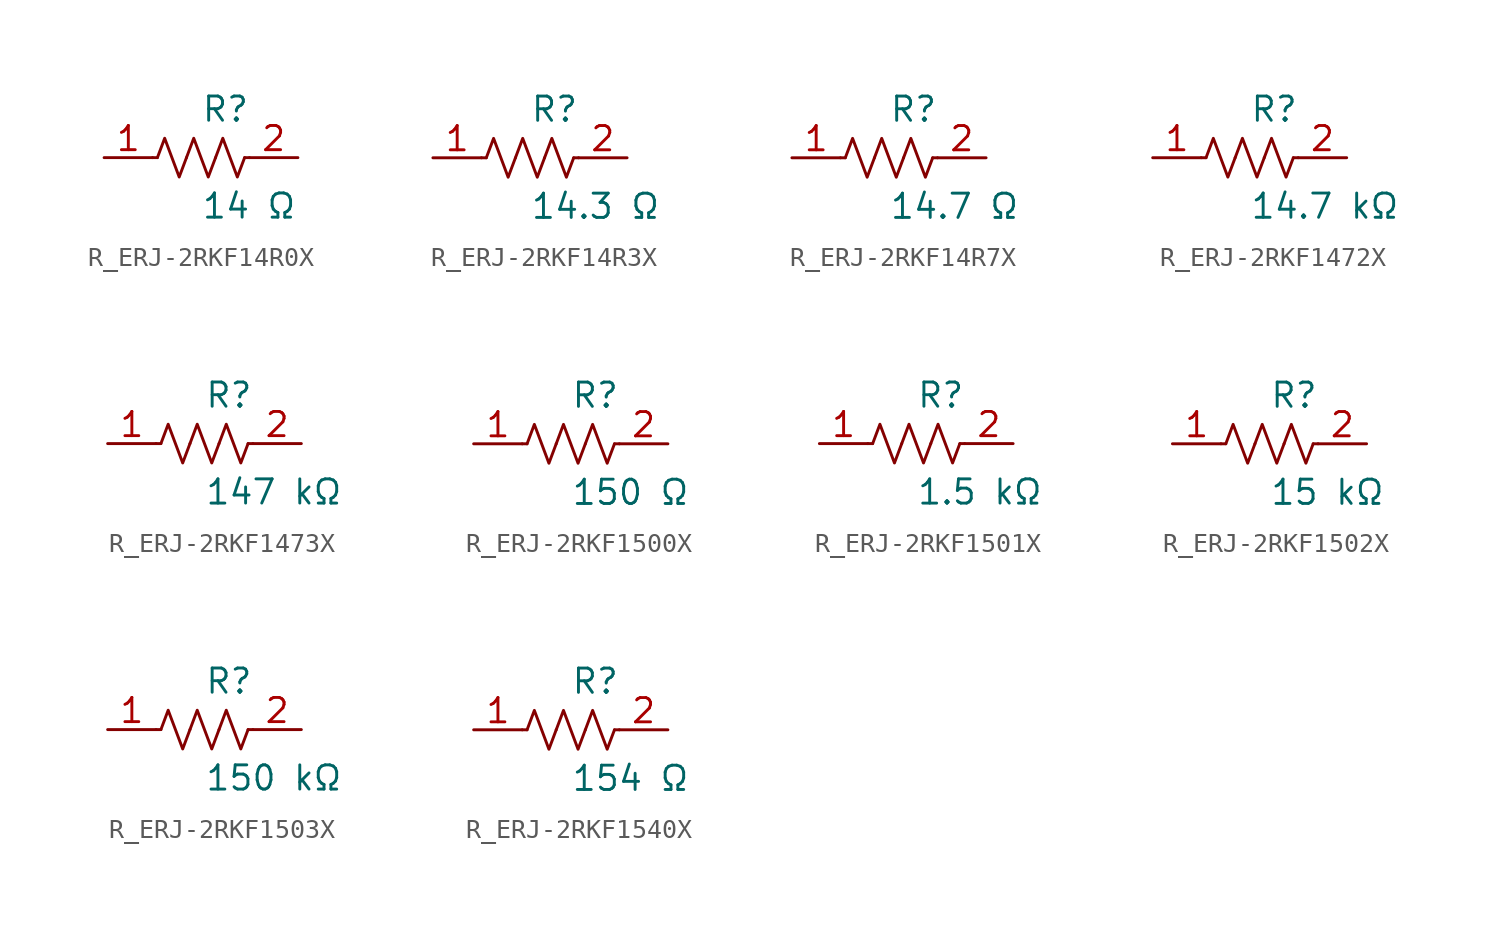
<source format=kicad_sym>
(kicad_symbol_lib
  (version 20231120)
  (generator kicad_symbol_editor)
  (generator_version 8.0)
  (symbol "R_ERJ-2RKF14R0X"
    (pin_names
      (offset 0.254))
    (property "Reference" "R"
      (at 0 2.54 0)
      (effects (font (size 1.27 1.27)) (justify left)))
    (property "Value" "14 Ω"
      (at 0 -2.54 0)
      (effects (font (size 1.27 1.27)) (justify left)))
    (symbol "R_ERJ-2RKF14R0X_0_1"
      (polyline (pts (xy 2.286 0) (xy 2.54 0)) (stroke (width 0) (type default)) (fill (type none)))
      (polyline (pts (xy -2.286 0) (xy -2.54 0)) (stroke (width 0) (type default)) (fill (type none)))
      (polyline (pts (xy 0.762 0) (xy 1.143 1.016) (xy 1.524 0) (xy 1.905 -1.016) (xy 2.286 0)) (stroke (width 0) (type default)) (fill (type none)))
      (polyline (pts (xy -0.762 0) (xy -0.381 1.016) (xy 0 0) (xy 0.381 -1.016) (xy 0.762 0)) (stroke (width 0) (type default)) (fill (type none)))
      (polyline (pts (xy -2.286 0) (xy -1.905 1.016) (xy -1.524 0) (xy -1.143 -1.016) (xy -0.762 0)) (stroke (width 0) (type default)) (fill (type none))))
    (pin passive line
      (at -5.08 0 0)
      (length 2.54)
      (name "" (effects (font (size 1.27 1.27))))
      (number "1" (effects (font (size 1.27 1.27)))))
    (pin passive line
      (at 5.08 0 180)
      (length 2.54)
      (name "" (effects (font (size 1.27 1.27))))
      (number "2" (effects (font (size 1.27 1.27))))))
  (symbol "R_ERJ-2RKF14R3X"
    (pin_names
      (offset 0.254))
    (property "Reference" "R"
      (at 0 2.54 0)
      (effects (font (size 1.27 1.27)) (justify left)))
    (property "Value" "14.3 Ω"
      (at 0 -2.54 0)
      (effects (font (size 1.27 1.27)) (justify left)))
    (symbol "R_ERJ-2RKF14R3X_0_1"
      (polyline (pts (xy 2.286 0) (xy 2.54 0)) (stroke (width 0) (type default)) (fill (type none)))
      (polyline (pts (xy -2.286 0) (xy -2.54 0)) (stroke (width 0) (type default)) (fill (type none)))
      (polyline (pts (xy 0.762 0) (xy 1.143 1.016) (xy 1.524 0) (xy 1.905 -1.016) (xy 2.286 0)) (stroke (width 0) (type default)) (fill (type none)))
      (polyline (pts (xy -0.762 0) (xy -0.381 1.016) (xy 0 0) (xy 0.381 -1.016) (xy 0.762 0)) (stroke (width 0) (type default)) (fill (type none)))
      (polyline (pts (xy -2.286 0) (xy -1.905 1.016) (xy -1.524 0) (xy -1.143 -1.016) (xy -0.762 0)) (stroke (width 0) (type default)) (fill (type none))))
    (pin passive line
      (at -5.08 0 0)
      (length 2.54)
      (name "" (effects (font (size 1.27 1.27))))
      (number "1" (effects (font (size 1.27 1.27)))))
    (pin passive line
      (at 5.08 0 180)
      (length 2.54)
      (name "" (effects (font (size 1.27 1.27))))
      (number "2" (effects (font (size 1.27 1.27))))))
  (symbol "R_ERJ-2RKF14R7X"
    (pin_names
      (offset 0.254))
    (property "Reference" "R"
      (at 0 2.54 0)
      (effects (font (size 1.27 1.27)) (justify left)))
    (property "Value" "14.7 Ω"
      (at 0 -2.54 0)
      (effects (font (size 1.27 1.27)) (justify left)))
    (symbol "R_ERJ-2RKF14R7X_0_1"
      (polyline (pts (xy 2.286 0) (xy 2.54 0)) (stroke (width 0) (type default)) (fill (type none)))
      (polyline (pts (xy -2.286 0) (xy -2.54 0)) (stroke (width 0) (type default)) (fill (type none)))
      (polyline (pts (xy 0.762 0) (xy 1.143 1.016) (xy 1.524 0) (xy 1.905 -1.016) (xy 2.286 0)) (stroke (width 0) (type default)) (fill (type none)))
      (polyline (pts (xy -0.762 0) (xy -0.381 1.016) (xy 0 0) (xy 0.381 -1.016) (xy 0.762 0)) (stroke (width 0) (type default)) (fill (type none)))
      (polyline (pts (xy -2.286 0) (xy -1.905 1.016) (xy -1.524 0) (xy -1.143 -1.016) (xy -0.762 0)) (stroke (width 0) (type default)) (fill (type none))))
    (pin passive line
      (at -5.08 0 0)
      (length 2.54)
      (name "" (effects (font (size 1.27 1.27))))
      (number "1" (effects (font (size 1.27 1.27)))))
    (pin passive line
      (at 5.08 0 180)
      (length 2.54)
      (name "" (effects (font (size 1.27 1.27))))
      (number "2" (effects (font (size 1.27 1.27))))))
  (symbol "R_ERJ-2RKF1472X"
    (pin_names
      (offset 0.254))
    (property "Reference" "R"
      (at 0 2.54 0)
      (effects (font (size 1.27 1.27)) (justify left)))
    (property "Value" "14.7 kΩ"
      (at 0 -2.54 0)
      (effects (font (size 1.27 1.27)) (justify left)))
    (symbol "R_ERJ-2RKF1472X_0_1"
      (polyline (pts (xy 2.286 0) (xy 2.54 0)) (stroke (width 0) (type default)) (fill (type none)))
      (polyline (pts (xy -2.286 0) (xy -2.54 0)) (stroke (width 0) (type default)) (fill (type none)))
      (polyline (pts (xy 0.762 0) (xy 1.143 1.016) (xy 1.524 0) (xy 1.905 -1.016) (xy 2.286 0)) (stroke (width 0) (type default)) (fill (type none)))
      (polyline (pts (xy -0.762 0) (xy -0.381 1.016) (xy 0 0) (xy 0.381 -1.016) (xy 0.762 0)) (stroke (width 0) (type default)) (fill (type none)))
      (polyline (pts (xy -2.286 0) (xy -1.905 1.016) (xy -1.524 0) (xy -1.143 -1.016) (xy -0.762 0)) (stroke (width 0) (type default)) (fill (type none))))
    (pin passive line
      (at -5.08 0 0)
      (length 2.54)
      (name "" (effects (font (size 1.27 1.27))))
      (number "1" (effects (font (size 1.27 1.27)))))
    (pin passive line
      (at 5.08 0 180)
      (length 2.54)
      (name "" (effects (font (size 1.27 1.27))))
      (number "2" (effects (font (size 1.27 1.27))))))
  (symbol "R_ERJ-2RKF1473X"
    (pin_names
      (offset 0.254))
    (property "Reference" "R"
      (at 0 2.54 0)
      (effects (font (size 1.27 1.27)) (justify left)))
    (property "Value" "147 kΩ"
      (at 0 -2.54 0)
      (effects (font (size 1.27 1.27)) (justify left)))
    (symbol "R_ERJ-2RKF1473X_0_1"
      (polyline (pts (xy 2.286 0) (xy 2.54 0)) (stroke (width 0) (type default)) (fill (type none)))
      (polyline (pts (xy -2.286 0) (xy -2.54 0)) (stroke (width 0) (type default)) (fill (type none)))
      (polyline (pts (xy 0.762 0) (xy 1.143 1.016) (xy 1.524 0) (xy 1.905 -1.016) (xy 2.286 0)) (stroke (width 0) (type default)) (fill (type none)))
      (polyline (pts (xy -0.762 0) (xy -0.381 1.016) (xy 0 0) (xy 0.381 -1.016) (xy 0.762 0)) (stroke (width 0) (type default)) (fill (type none)))
      (polyline (pts (xy -2.286 0) (xy -1.905 1.016) (xy -1.524 0) (xy -1.143 -1.016) (xy -0.762 0)) (stroke (width 0) (type default)) (fill (type none))))
    (pin passive line
      (at -5.08 0 0)
      (length 2.54)
      (name "" (effects (font (size 1.27 1.27))))
      (number "1" (effects (font (size 1.27 1.27)))))
    (pin passive line
      (at 5.08 0 180)
      (length 2.54)
      (name "" (effects (font (size 1.27 1.27))))
      (number "2" (effects (font (size 1.27 1.27))))))
  (symbol "R_ERJ-2RKF1500X"
    (pin_names
      (offset 0.254))
    (property "Reference" "R"
      (at 0 2.54 0)
      (effects (font (size 1.27 1.27)) (justify left)))
    (property "Value" "150 Ω"
      (at 0 -2.54 0)
      (effects (font (size 1.27 1.27)) (justify left)))
    (symbol "R_ERJ-2RKF1500X_0_1"
      (polyline (pts (xy 2.286 0) (xy 2.54 0)) (stroke (width 0) (type default)) (fill (type none)))
      (polyline (pts (xy -2.286 0) (xy -2.54 0)) (stroke (width 0) (type default)) (fill (type none)))
      (polyline (pts (xy 0.762 0) (xy 1.143 1.016) (xy 1.524 0) (xy 1.905 -1.016) (xy 2.286 0)) (stroke (width 0) (type default)) (fill (type none)))
      (polyline (pts (xy -0.762 0) (xy -0.381 1.016) (xy 0 0) (xy 0.381 -1.016) (xy 0.762 0)) (stroke (width 0) (type default)) (fill (type none)))
      (polyline (pts (xy -2.286 0) (xy -1.905 1.016) (xy -1.524 0) (xy -1.143 -1.016) (xy -0.762 0)) (stroke (width 0) (type default)) (fill (type none))))
    (pin passive line
      (at -5.08 0 0)
      (length 2.54)
      (name "" (effects (font (size 1.27 1.27))))
      (number "1" (effects (font (size 1.27 1.27)))))
    (pin passive line
      (at 5.08 0 180)
      (length 2.54)
      (name "" (effects (font (size 1.27 1.27))))
      (number "2" (effects (font (size 1.27 1.27))))))
  (symbol "R_ERJ-2RKF1501X"
    (pin_names
      (offset 0.254))
    (property "Reference" "R"
      (at 0 2.54 0)
      (effects (font (size 1.27 1.27)) (justify left)))
    (property "Value" "1.5 kΩ"
      (at 0 -2.54 0)
      (effects (font (size 1.27 1.27)) (justify left)))
    (symbol "R_ERJ-2RKF1501X_0_1"
      (polyline (pts (xy 2.286 0) (xy 2.54 0)) (stroke (width 0) (type default)) (fill (type none)))
      (polyline (pts (xy -2.286 0) (xy -2.54 0)) (stroke (width 0) (type default)) (fill (type none)))
      (polyline (pts (xy 0.762 0) (xy 1.143 1.016) (xy 1.524 0) (xy 1.905 -1.016) (xy 2.286 0)) (stroke (width 0) (type default)) (fill (type none)))
      (polyline (pts (xy -0.762 0) (xy -0.381 1.016) (xy 0 0) (xy 0.381 -1.016) (xy 0.762 0)) (stroke (width 0) (type default)) (fill (type none)))
      (polyline (pts (xy -2.286 0) (xy -1.905 1.016) (xy -1.524 0) (xy -1.143 -1.016) (xy -0.762 0)) (stroke (width 0) (type default)) (fill (type none))))
    (pin passive line
      (at -5.08 0 0)
      (length 2.54)
      (name "" (effects (font (size 1.27 1.27))))
      (number "1" (effects (font (size 1.27 1.27)))))
    (pin passive line
      (at 5.08 0 180)
      (length 2.54)
      (name "" (effects (font (size 1.27 1.27))))
      (number "2" (effects (font (size 1.27 1.27))))))
  (symbol "R_ERJ-2RKF1502X"
    (pin_names
      (offset 0.254))
    (property "Reference" "R"
      (at 0 2.54 0)
      (effects (font (size 1.27 1.27)) (justify left)))
    (property "Value" "15 kΩ"
      (at 0 -2.54 0)
      (effects (font (size 1.27 1.27)) (justify left)))
    (symbol "R_ERJ-2RKF1502X_0_1"
      (polyline (pts (xy 2.286 0) (xy 2.54 0)) (stroke (width 0) (type default)) (fill (type none)))
      (polyline (pts (xy -2.286 0) (xy -2.54 0)) (stroke (width 0) (type default)) (fill (type none)))
      (polyline (pts (xy 0.762 0) (xy 1.143 1.016) (xy 1.524 0) (xy 1.905 -1.016) (xy 2.286 0)) (stroke (width 0) (type default)) (fill (type none)))
      (polyline (pts (xy -0.762 0) (xy -0.381 1.016) (xy 0 0) (xy 0.381 -1.016) (xy 0.762 0)) (stroke (width 0) (type default)) (fill (type none)))
      (polyline (pts (xy -2.286 0) (xy -1.905 1.016) (xy -1.524 0) (xy -1.143 -1.016) (xy -0.762 0)) (stroke (width 0) (type default)) (fill (type none))))
    (pin passive line
      (at -5.08 0 0)
      (length 2.54)
      (name "" (effects (font (size 1.27 1.27))))
      (number "1" (effects (font (size 1.27 1.27)))))
    (pin passive line
      (at 5.08 0 180)
      (length 2.54)
      (name "" (effects (font (size 1.27 1.27))))
      (number "2" (effects (font (size 1.27 1.27))))))
  (symbol "R_ERJ-2RKF1503X"
    (pin_names
      (offset 0.254))
    (property "Reference" "R"
      (at 0 2.54 0)
      (effects (font (size 1.27 1.27)) (justify left)))
    (property "Value" "150 kΩ"
      (at 0 -2.54 0)
      (effects (font (size 1.27 1.27)) (justify left)))
    (symbol "R_ERJ-2RKF1503X_0_1"
      (polyline (pts (xy 2.286 0) (xy 2.54 0)) (stroke (width 0) (type default)) (fill (type none)))
      (polyline (pts (xy -2.286 0) (xy -2.54 0)) (stroke (width 0) (type default)) (fill (type none)))
      (polyline (pts (xy 0.762 0) (xy 1.143 1.016) (xy 1.524 0) (xy 1.905 -1.016) (xy 2.286 0)) (stroke (width 0) (type default)) (fill (type none)))
      (polyline (pts (xy -0.762 0) (xy -0.381 1.016) (xy 0 0) (xy 0.381 -1.016) (xy 0.762 0)) (stroke (width 0) (type default)) (fill (type none)))
      (polyline (pts (xy -2.286 0) (xy -1.905 1.016) (xy -1.524 0) (xy -1.143 -1.016) (xy -0.762 0)) (stroke (width 0) (type default)) (fill (type none))))
    (pin passive line
      (at -5.08 0 0)
      (length 2.54)
      (name "" (effects (font (size 1.27 1.27))))
      (number "1" (effects (font (size 1.27 1.27)))))
    (pin passive line
      (at 5.08 0 180)
      (length 2.54)
      (name "" (effects (font (size 1.27 1.27))))
      (number "2" (effects (font (size 1.27 1.27))))))
  (symbol "R_ERJ-2RKF1540X"
    (pin_names
      (offset 0.254))
    (property "Reference" "R"
      (at 0 2.54 0)
      (effects (font (size 1.27 1.27)) (justify left)))
    (property "Value" "154 Ω"
      (at 0 -2.54 0)
      (effects (font (size 1.27 1.27)) (justify left)))
    (symbol "R_ERJ-2RKF1540X_0_1"
      (polyline (pts (xy 2.286 0) (xy 2.54 0)) (stroke (width 0) (type default)) (fill (type none)))
      (polyline (pts (xy -2.286 0) (xy -2.54 0)) (stroke (width 0) (type default)) (fill (type none)))
      (polyline (pts (xy 0.762 0) (xy 1.143 1.016) (xy 1.524 0) (xy 1.905 -1.016) (xy 2.286 0)) (stroke (width 0) (type default)) (fill (type none)))
      (polyline (pts (xy -0.762 0) (xy -0.381 1.016) (xy 0 0) (xy 0.381 -1.016) (xy 0.762 0)) (stroke (width 0) (type default)) (fill (type none)))
      (polyline (pts (xy -2.286 0) (xy -1.905 1.016) (xy -1.524 0) (xy -1.143 -1.016) (xy -0.762 0)) (stroke (width 0) (type default)) (fill (type none))))
    (pin passive line
      (at -5.08 0 0)
      (length 2.54)
      (name "" (effects (font (size 1.27 1.27))))
      (number "1" (effects (font (size 1.27 1.27)))))
    (pin passive line
      (at 5.08 0 180)
      (length 2.54)
      (name "" (effects (font (size 1.27 1.27))))
      (number "2" (effects (font (size 1.27 1.27)))))))
</source>
